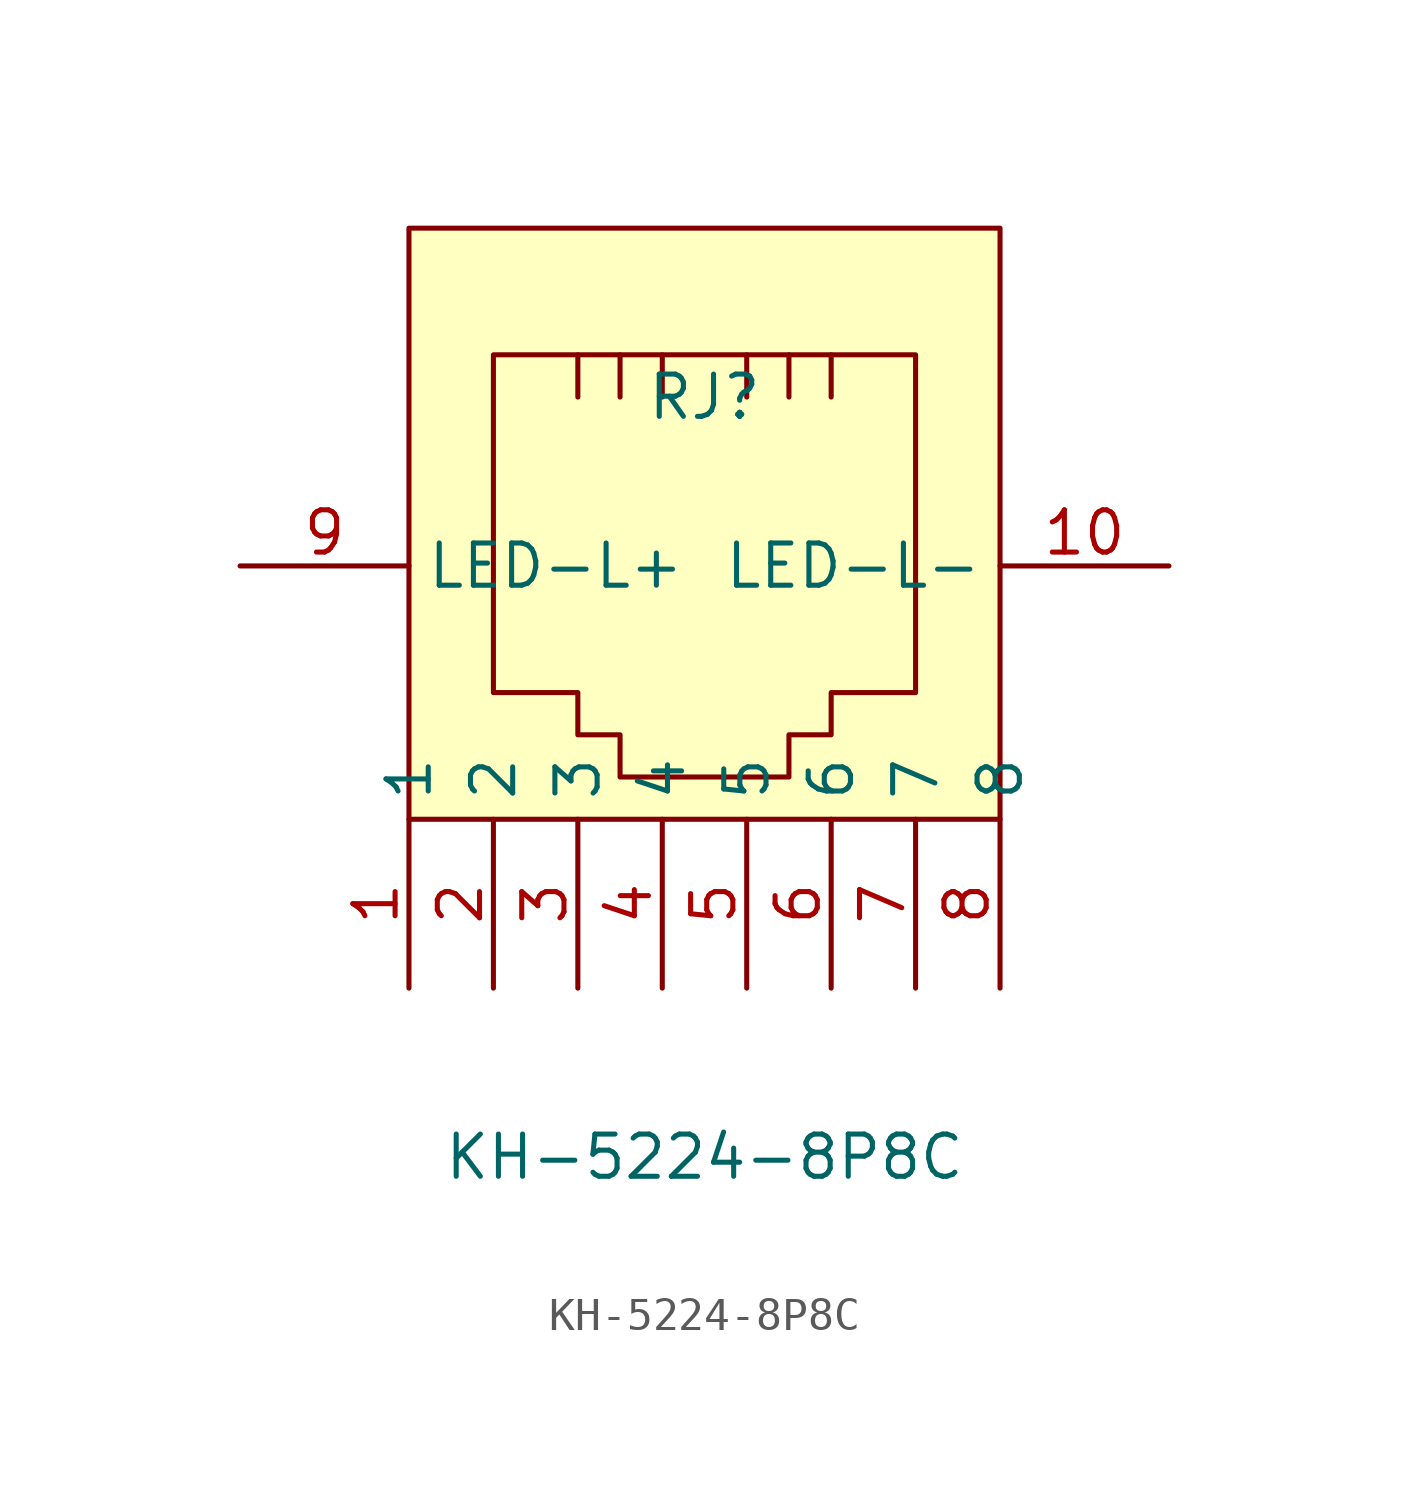
<source format=kicad_sym>
(kicad_symbol_lib
  (version 20211014)
  (generator https://github.com/uPesy/easyeda2kicad.py)
  (symbol "KH-5224-8P8C"
    (property "Reference" "RJ"
      (at 0 3.81 0)
      (effects (font (size 1.27 1.27))))
    (property "Value" "KH-5224-8P8C"
      (at 0 -19.05 0)
      (effects (font (size 1.27 1.27))))
    (symbol "KH-5224-8P8C_0_1"
      (rectangle (start -8.89 8.89) (end 8.89 -8.89) (stroke (width 0) (type default) (color 0 0 0 0)) (fill (type background)))
      (polyline (pts (xy -3.81 5.08) (xy -3.81 3.81) (xy -3.81 3.81)) (stroke (width 0) (type default) (color 0 0 0 0)) (fill (type none)))
      (polyline (pts (xy -2.54 5.08) (xy -2.54 3.81) (xy -2.54 3.81)) (stroke (width 0) (type default) (color 0 0 0 0)) (fill (type none)))
      (polyline (pts (xy 6.35 5.08) (xy -6.35 5.08) (xy -6.35 -5.08) (xy -3.81 -5.08) (xy -3.81 -6.35) (xy -2.54 -6.35) (xy -2.54 -6.35) (xy -2.54 -7.62) (xy 2.54 -7.62) (xy 2.54 -6.35) (xy 3.81 -6.35) (xy 3.81 -5.08) (xy 6.35 -5.08) (xy 6.35 5.08) (xy 6.35 3.81)) (stroke (width 0) (type default) (color 0 0 0 0)) (fill (type none)))
      (polyline (pts (xy -1.27 5.08) (xy -1.27 3.81) (xy -1.27 3.81)) (stroke (width 0) (type default) (color 0 0 0 0)) (fill (type none)))
      (polyline (pts (xy 1.27 5.08) (xy 1.27 3.81) (xy 1.27 3.81)) (stroke (width 0) (type default) (color 0 0 0 0)) (fill (type none)))
      (polyline (pts (xy 2.54 5.08) (xy 2.54 3.81) (xy 2.54 3.81)) (stroke (width 0) (type default) (color 0 0 0 0)) (fill (type none)))
      (polyline (pts (xy 3.81 5.08) (xy 3.81 3.81) (xy 3.81 3.81)) (stroke (width 0) (type default) (color 0 0 0 0)) (fill (type none)))
      (pin unspecified line (at 3.81 -13.97 90) (length 5.08) (name "6" (effects (font (size 1.27 1.27)))) (number "6" (effects (font (size 1.27 1.27)))))
      (pin unspecified line (at 1.27 -13.97 90) (length 5.08) (name "5" (effects (font (size 1.27 1.27)))) (number "5" (effects (font (size 1.27 1.27)))))
      (pin unspecified line (at -1.27 -13.97 90) (length 5.08) (name "4" (effects (font (size 1.27 1.27)))) (number "4" (effects (font (size 1.27 1.27)))))
      (pin unspecified line (at -3.81 -13.97 90) (length 5.08) (name "3" (effects (font (size 1.27 1.27)))) (number "3" (effects (font (size 1.27 1.27)))))
      (pin unspecified line (at -6.35 -13.97 90) (length 5.08) (name "2" (effects (font (size 1.27 1.27)))) (number "2" (effects (font (size 1.27 1.27)))))
      (pin unspecified line (at -8.89 -13.97 90) (length 5.08) (name "1" (effects (font (size 1.27 1.27)))) (number "1" (effects (font (size 1.27 1.27)))))
      (pin unspecified line (at 6.35 -13.97 90) (length 5.08) (name "7" (effects (font (size 1.27 1.27)))) (number "7" (effects (font (size 1.27 1.27)))))
      (pin unspecified line (at 8.89 -13.97 90) (length 5.08) (name "8" (effects (font (size 1.27 1.27)))) (number "8" (effects (font (size 1.27 1.27)))))
      (pin unspecified line (at -13.97 -1.27 0) (length 5.08) (name "LED-L+" (effects (font (size 1.27 1.27)))) (number "9" (effects (font (size 1.27 1.27)))))
      (pin unspecified line (at 13.97 -1.27 180) (length 5.08) (name "LED-L-" (effects (font (size 1.27 1.27)))) (number "10" (effects (font (size 1.27 1.27))))))))
</source>
